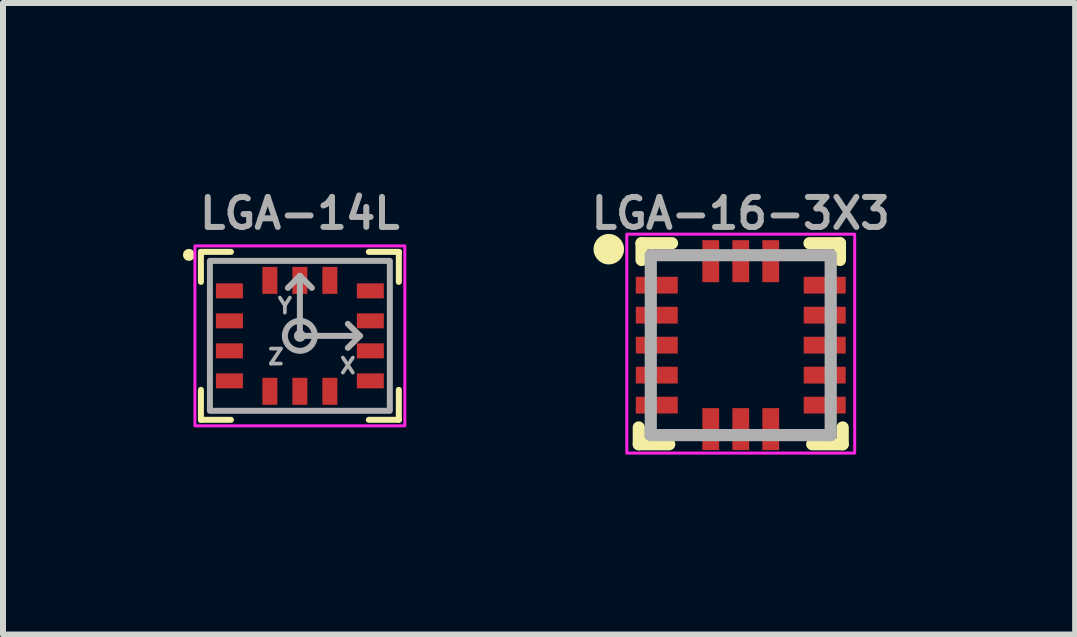
<source format=kicad_pcb>
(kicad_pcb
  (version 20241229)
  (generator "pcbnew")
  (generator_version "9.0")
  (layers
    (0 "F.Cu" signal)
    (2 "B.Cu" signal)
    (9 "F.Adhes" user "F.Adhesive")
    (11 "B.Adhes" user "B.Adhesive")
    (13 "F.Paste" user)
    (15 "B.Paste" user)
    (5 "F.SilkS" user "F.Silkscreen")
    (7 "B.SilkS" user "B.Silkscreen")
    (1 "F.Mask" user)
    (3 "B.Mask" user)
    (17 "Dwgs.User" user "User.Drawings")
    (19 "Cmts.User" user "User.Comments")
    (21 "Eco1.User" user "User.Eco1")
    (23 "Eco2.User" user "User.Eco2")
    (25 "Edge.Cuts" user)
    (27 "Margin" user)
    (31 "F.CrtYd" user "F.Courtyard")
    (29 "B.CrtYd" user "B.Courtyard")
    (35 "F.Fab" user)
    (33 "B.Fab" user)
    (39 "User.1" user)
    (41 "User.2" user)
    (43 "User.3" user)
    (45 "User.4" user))
  (footprint "LGA-14L"
    (layer "F.Cu")
    (at 1.95 2.55)
    (property "Reference" "LGA-14L" (at 0 -1.75 180) (layer "F.Fab") (effects (font (size 0.5 0.5) (thickness 0.1) (bold yes)) (justify bottom)))
    (fp_line (start -1.65 -1.4) (end -1.15 -1.4) (stroke (width 0.1) (type default)) (layer "F.SilkS"))
    (fp_line (start -1.65 -0.9) (end -1.65 -1.4) (stroke (width 0.1) (type default)) (layer "F.SilkS"))
    (fp_line (start -1.65 1.4) (end -1.65 0.9) (stroke (width 0.1) (type default)) (layer "F.SilkS"))
    (fp_line (start -1.15 1.4) (end -1.65 1.4) (stroke (width 0.1) (type default)) (layer "F.SilkS"))
    (fp_line (start 1.15 -1.4) (end 1.65 -1.4) (stroke (width 0.1) (type default)) (layer "F.SilkS"))
    (fp_line (start 1.65 -1.4) (end 1.65 -0.9) (stroke (width 0.1) (type default)) (layer "F.SilkS"))
    (fp_line (start 1.65 0.9) (end 1.65 1.4) (stroke (width 0.1) (type default)) (layer "F.SilkS"))
    (fp_line (start 1.65 1.4) (end 1.15 1.4) (stroke (width 0.1) (type default)) (layer "F.SilkS"))
    (fp_circle (center -1.85 -1.35) (end -1.8 -1.35) (stroke (width 0.1) (type default)) (fill no) (layer "F.SilkS"))
    (fp_rect (start 1.75 -1.5) (end -1.75 1.5) (stroke (width 0.05) (type default)) (fill no) (layer "F.CrtYd"))
    (fp_line (start 0 -1) (end -0.2 -0.8) (stroke (width 0.1) (type default)) (layer "F.Fab"))
    (fp_line (start 0 -1) (end 0.2 -0.8) (stroke (width 0.1) (type default)) (layer "F.Fab"))
    (fp_line (start 0 0) (end 0 -1) (stroke (width 0.1) (type default)) (layer "F.Fab"))
    (fp_line (start 0 0) (end 1 0) (stroke (width 0.1) (type default)) (layer "F.Fab"))
    (fp_line (start 1 0) (end 0.8 -0.2) (stroke (width 0.1) (type default)) (layer "F.Fab"))
    (fp_line (start 1 0) (end 0.8 0.2) (stroke (width 0.1) (type default)) (layer "F.Fab"))
    (fp_rect (start -1.5 -1.25) (end 1.5 1.25) (stroke (width 0.1) (type default)) (fill no) (layer "F.Fab"))
    (fp_circle (center 0 0) (end 0.05 0) (stroke (width 0.1) (type default)) (fill no) (layer "F.Fab"))
    (fp_circle (center 0 0) (end 0.25 0) (stroke (width 0.1) (type default)) (fill no) (layer "F.Fab"))
    (fp_text user "Y" (at -0.25 -0.5 0) (unlocked yes) (layer "F.Fab") (effects (font (size 0.25 0.25) (thickness 0.062))))
    (fp_text user "X" (at 0.8 0.5 0) (unlocked yes) (layer "F.Fab") (effects (font (size 0.25 0.25) (thickness 0.062))))
    (fp_text user "Z" (at -0.4 0.35 0) (unlocked yes) (layer "F.Fab") (effects (font (size 0.25 0.25) (thickness 0.062))))
    (pad "1" smd rect (at -1.175 -0.75) (size 0.45 0.25) (layers "F.Cu" "F.Mask" "F.Paste"))
    (pad "2" smd rect (at -1.175 -0.25) (size 0.45 0.25) (layers "F.Cu" "F.Mask" "F.Paste"))
    (pad "3" smd rect (at -1.175 0.25) (size 0.45 0.25) (layers "F.Cu" "F.Mask" "F.Paste"))
    (pad "4" smd rect (at -1.175 0.75) (size 0.45 0.25) (layers "F.Cu" "F.Mask" "F.Paste"))
    (pad "5" smd rect (at -0.5 0.925 90) (size 0.45 0.25) (layers "F.Cu" "F.Mask" "F.Paste"))
    (pad "6" smd rect (at 0 0.925 90) (size 0.45 0.25) (layers "F.Cu" "F.Mask" "F.Paste"))
    (pad "7" smd rect (at 0.5 0.925 90) (size 0.45 0.25) (layers "F.Cu" "F.Mask" "F.Paste"))
    (pad "8" smd rect (at 1.175 0.75) (size 0.45 0.25) (layers "F.Cu" "F.Mask" "F.Paste"))
    (pad "9" smd rect (at 1.175 0.25) (size 0.45 0.25) (layers "F.Cu" "F.Mask" "F.Paste"))
    (pad "10" smd rect (at 1.175 -0.25) (size 0.45 0.25) (layers "F.Cu" "F.Mask" "F.Paste"))
    (pad "11" smd rect (at 1.175 -0.75) (size 0.45 0.25) (layers "F.Cu" "F.Mask" "F.Paste"))
    (pad "12" smd rect (at 0.5 -0.925 90) (size 0.45 0.25) (layers "F.Cu" "F.Mask" "F.Paste"))
    (pad "13" smd rect (at 0 -0.925 90) (size 0.45 0.25) (layers "F.Cu" "F.Mask" "F.Paste"))
    (pad "14" smd rect (at -0.5 -0.925 90) (size 0.45 0.25) (layers "F.Cu" "F.Mask" "F.Paste")))
  (footprint "LGA-16-3X3"
    (layer "F.Cu")
    (at 9.301 2.705)
    (property "Reference" "LGA-16-3X3" (at 0 -1.905 0) (unlocked yes) (layer "F.Fab") (effects (font (size 0.5 0.5) (thickness 0.1) (bold yes)) (justify bottom)))
    (fp_line (start -1.7 1.372) (end -1.7 1.652) (stroke (width 0.203) (type solid)) (layer "F.SilkS"))
    (fp_line (start -1.7 1.652) (end -1.192 1.652) (stroke (width 0.203) (type solid)) (layer "F.SilkS"))
    (fp_line (start -1.654 -1.7) (end -1.654 -1.42) (stroke (width 0.203) (type solid)) (layer "F.SilkS"))
    (fp_line (start -1.146 -1.7) (end -1.654 -1.7) (stroke (width 0.203) (type solid)) (layer "F.SilkS"))
    (fp_line (start 1.146 -1.7) (end 1.654 -1.7) (stroke (width 0.203) (type solid)) (layer "F.SilkS"))
    (fp_line (start 1.192 1.652) (end 1.7 1.652) (stroke (width 0.203) (type solid)) (layer "F.SilkS"))
    (fp_line (start 1.654 -1.7) (end 1.654 -1.42) (stroke (width 0.203) (type solid)) (layer "F.SilkS"))
    (fp_line (start 1.7 1.372) (end 1.7 1.652) (stroke (width 0.203) (type solid)) (layer "F.SilkS"))
    (fp_circle (center -2.2 -1.6) (end -2.073 -1.6) (stroke (width 0.254) (type solid)) (fill yes) (layer "F.SilkS"))
    (fp_rect (start -1.9 -1.85) (end 1.9 1.8) (stroke (width 0.05) (type default)) (fill no) (layer "F.CrtYd"))
    (fp_line (start -1.5 -1.5) (end 1.5 -1.5) (stroke (width 0.203) (type solid)) (layer "F.Fab"))
    (fp_line (start -1.5 1.5) (end -1.5 -1.5) (stroke (width 0.203) (type solid)) (layer "F.Fab"))
    (fp_line (start 1.5 -1.5) (end 1.5 1.5) (stroke (width 0.203) (type solid)) (layer "F.Fab"))
    (fp_line (start 1.5 1.5) (end -1.5 1.5) (stroke (width 0.203) (type solid)) (layer "F.Fab"))
    (pad "1" smd rect (at -1.4 -1 180) (size 0.7 0.28) (layers "F.Cu" "F.Mask" "F.Paste"))
    (pad "2" smd rect (at -1.4 -0.5) (size 0.7 0.28) (layers "F.Cu" "F.Mask" "F.Paste"))
    (pad "3" smd rect (at -1.4 0) (size 0.7 0.28) (layers "F.Cu" "F.Mask" "F.Paste"))
    (pad "4" smd rect (at -1.4 0.5) (size 0.7 0.28) (layers "F.Cu" "F.Mask" "F.Paste"))
    (pad "5" smd rect (at -1.4 1 180) (size 0.7 0.28) (layers "F.Cu" "F.Mask" "F.Paste"))
    (pad "6" smd rect (at -0.5 1.4 90) (size 0.7 0.28) (layers "F.Cu" "F.Mask" "F.Paste"))
    (pad "7" smd rect (at 0 1.4 90) (size 0.7 0.28) (layers "F.Cu" "F.Mask" "F.Paste"))
    (pad "8" smd rect (at 0.5 1.4 90) (size 0.7 0.28) (layers "F.Cu" "F.Mask" "F.Paste"))
    (pad "9" smd rect (at 1.4 1 180) (size 0.7 0.28) (layers "F.Cu" "F.Mask" "F.Paste"))
    (pad "10" smd rect (at 1.4 0.5 180) (size 0.7 0.28) (layers "F.Cu" "F.Mask" "F.Paste"))
    (pad "11" smd rect (at 1.4 0 180) (size 0.7 0.28) (layers "F.Cu" "F.Mask" "F.Paste"))
    (pad "12" smd rect (at 1.4 -0.5 180) (size 0.7 0.28) (layers "F.Cu" "F.Mask" "F.Paste"))
    (pad "13" smd rect (at 1.4 -1 180) (size 0.7 0.28) (layers "F.Cu" "F.Mask" "F.Paste"))
    (pad "14" smd rect (at 0.5 -1.4 270) (size 0.7 0.28) (layers "F.Cu" "F.Mask" "F.Paste"))
    (pad "15" smd rect (at 0 -1.4 270) (size 0.7 0.28) (layers "F.Cu" "F.Mask" "F.Paste"))
    (pad "16" smd rect (at -0.5 -1.4 270) (size 0.7 0.28) (layers "F.Cu" "F.Mask" "F.Paste"))
    (zone (net_name "") (layers "F.Cu" "F.SilkS") (name "MEMs Keepout") (hatch edge 0.5) (connect_pads) (min_thickness 0.25) (filled_areas_thickness no) (keepout (tracks not_allowed) (vias not_allowed) (pads not_allowed) (copperpour not_allowed) (footprints allowed)) (placement (enabled no)) (fill) (polygon (pts (xy 8.351 1.755) (xy 8.351 3.655) (xy 10.251 3.655) (xy 10.251 1.755)))))
  (gr_rect
    (start -3 -3)
    (end 14.877 7.53)
    (stroke (width 0.1) (type default))
    (fill no)
    (layer "Edge.Cuts")))
</source>
